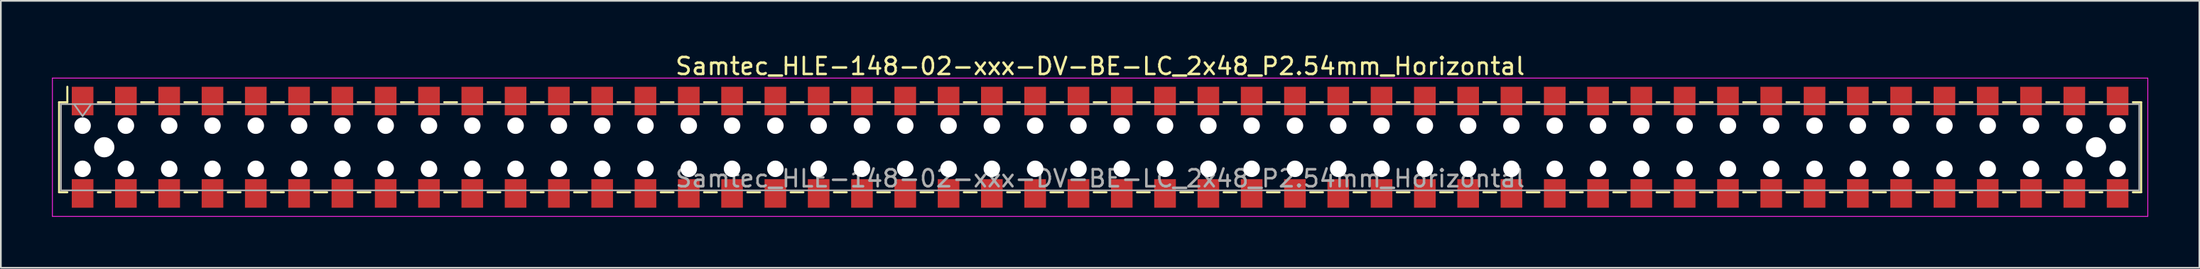
<source format=kicad_pcb>
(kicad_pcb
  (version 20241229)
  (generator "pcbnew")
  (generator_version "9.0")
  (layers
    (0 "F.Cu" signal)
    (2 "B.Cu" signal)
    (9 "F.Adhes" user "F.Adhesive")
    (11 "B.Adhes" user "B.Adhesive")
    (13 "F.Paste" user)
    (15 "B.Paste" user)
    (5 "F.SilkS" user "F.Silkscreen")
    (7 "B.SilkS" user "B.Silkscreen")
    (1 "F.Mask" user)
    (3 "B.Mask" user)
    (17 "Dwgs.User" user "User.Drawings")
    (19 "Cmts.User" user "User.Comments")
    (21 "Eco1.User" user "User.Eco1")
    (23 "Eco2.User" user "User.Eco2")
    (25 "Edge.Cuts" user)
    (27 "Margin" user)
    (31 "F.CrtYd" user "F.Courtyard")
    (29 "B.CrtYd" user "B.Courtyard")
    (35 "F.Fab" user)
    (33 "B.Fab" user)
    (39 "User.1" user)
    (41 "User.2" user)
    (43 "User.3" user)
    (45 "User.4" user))
  (footprint "Samtec_HLE-148-02-xxx-DV-BE-LC_2x48_P2.54mm_Horizontal"
    (layer "F.Cu")
    (at 61.485 5.618)
    (property "Reference" "Samtec_HLE-148-02-xxx-DV-BE-LC_2x48_P2.54mm_Horizontal" (at 0 -4.77 0) (layer "F.SilkS") (effects (font (size 1 1) (thickness 0.15))))
    (attr smd)
    (fp_line (start -61.07 -2.65) (end -61.07 2.65) (stroke (width 0.12) (type solid)) (layer "F.SilkS"))
    (fp_line (start -61.07 2.65) (end -60.585 2.65) (stroke (width 0.12) (type solid)) (layer "F.SilkS"))
    (fp_line (start -60.585 -3.56) (end -60.585 -2.65) (stroke (width 0.12) (type solid)) (layer "F.SilkS"))
    (fp_line (start -60.585 -2.65) (end -61.07 -2.65) (stroke (width 0.12) (type solid)) (layer "F.SilkS"))
    (fp_line (start -58.795 -2.65) (end -58.045 -2.65) (stroke (width 0.12) (type solid)) (layer "F.SilkS"))
    (fp_line (start -58.795 2.65) (end -58.045 2.65) (stroke (width 0.12) (type solid)) (layer "F.SilkS"))
    (fp_line (start -56.255 -2.65) (end -55.505 -2.65) (stroke (width 0.12) (type solid)) (layer "F.SilkS"))
    (fp_line (start -56.255 2.65) (end -55.505 2.65) (stroke (width 0.12) (type solid)) (layer "F.SilkS"))
    (fp_line (start -53.715 -2.65) (end -52.965 -2.65) (stroke (width 0.12) (type solid)) (layer "F.SilkS"))
    (fp_line (start -53.715 2.65) (end -52.965 2.65) (stroke (width 0.12) (type solid)) (layer "F.SilkS"))
    (fp_line (start -51.175 -2.65) (end -50.425 -2.65) (stroke (width 0.12) (type solid)) (layer "F.SilkS"))
    (fp_line (start -51.175 2.65) (end -50.425 2.65) (stroke (width 0.12) (type solid)) (layer "F.SilkS"))
    (fp_line (start -48.635 -2.65) (end -47.885 -2.65) (stroke (width 0.12) (type solid)) (layer "F.SilkS"))
    (fp_line (start -48.635 2.65) (end -47.885 2.65) (stroke (width 0.12) (type solid)) (layer "F.SilkS"))
    (fp_line (start -46.095 -2.65) (end -45.345 -2.65) (stroke (width 0.12) (type solid)) (layer "F.SilkS"))
    (fp_line (start -46.095 2.65) (end -45.345 2.65) (stroke (width 0.12) (type solid)) (layer "F.SilkS"))
    (fp_line (start -43.555 -2.65) (end -42.805 -2.65) (stroke (width 0.12) (type solid)) (layer "F.SilkS"))
    (fp_line (start -43.555 2.65) (end -42.805 2.65) (stroke (width 0.12) (type solid)) (layer "F.SilkS"))
    (fp_line (start -41.015 -2.65) (end -40.265 -2.65) (stroke (width 0.12) (type solid)) (layer "F.SilkS"))
    (fp_line (start -41.015 2.65) (end -40.265 2.65) (stroke (width 0.12) (type solid)) (layer "F.SilkS"))
    (fp_line (start -38.475 -2.65) (end -37.725 -2.65) (stroke (width 0.12) (type solid)) (layer "F.SilkS"))
    (fp_line (start -38.475 2.65) (end -37.725 2.65) (stroke (width 0.12) (type solid)) (layer "F.SilkS"))
    (fp_line (start -35.935 -2.65) (end -35.185 -2.65) (stroke (width 0.12) (type solid)) (layer "F.SilkS"))
    (fp_line (start -35.935 2.65) (end -35.185 2.65) (stroke (width 0.12) (type solid)) (layer "F.SilkS"))
    (fp_line (start -33.395 -2.65) (end -32.645 -2.65) (stroke (width 0.12) (type solid)) (layer "F.SilkS"))
    (fp_line (start -33.395 2.65) (end -32.645 2.65) (stroke (width 0.12) (type solid)) (layer "F.SilkS"))
    (fp_line (start -30.855 -2.65) (end -30.105 -2.65) (stroke (width 0.12) (type solid)) (layer "F.SilkS"))
    (fp_line (start -30.855 2.65) (end -30.105 2.65) (stroke (width 0.12) (type solid)) (layer "F.SilkS"))
    (fp_line (start -28.315 -2.65) (end -27.565 -2.65) (stroke (width 0.12) (type solid)) (layer "F.SilkS"))
    (fp_line (start -28.315 2.65) (end -27.565 2.65) (stroke (width 0.12) (type solid)) (layer "F.SilkS"))
    (fp_line (start -25.775 -2.65) (end -25.025 -2.65) (stroke (width 0.12) (type solid)) (layer "F.SilkS"))
    (fp_line (start -25.775 2.65) (end -25.025 2.65) (stroke (width 0.12) (type solid)) (layer "F.SilkS"))
    (fp_line (start -23.235 -2.65) (end -22.485 -2.65) (stroke (width 0.12) (type solid)) (layer "F.SilkS"))
    (fp_line (start -23.235 2.65) (end -22.485 2.65) (stroke (width 0.12) (type solid)) (layer "F.SilkS"))
    (fp_line (start -20.695 -2.65) (end -19.945 -2.65) (stroke (width 0.12) (type solid)) (layer "F.SilkS"))
    (fp_line (start -20.695 2.65) (end -19.945 2.65) (stroke (width 0.12) (type solid)) (layer "F.SilkS"))
    (fp_line (start -18.155 -2.65) (end -17.405 -2.65) (stroke (width 0.12) (type solid)) (layer "F.SilkS"))
    (fp_line (start -18.155 2.65) (end -17.405 2.65) (stroke (width 0.12) (type solid)) (layer "F.SilkS"))
    (fp_line (start -15.615 -2.65) (end -14.865 -2.65) (stroke (width 0.12) (type solid)) (layer "F.SilkS"))
    (fp_line (start -15.615 2.65) (end -14.865 2.65) (stroke (width 0.12) (type solid)) (layer "F.SilkS"))
    (fp_line (start -13.075 -2.65) (end -12.325 -2.65) (stroke (width 0.12) (type solid)) (layer "F.SilkS"))
    (fp_line (start -13.075 2.65) (end -12.325 2.65) (stroke (width 0.12) (type solid)) (layer "F.SilkS"))
    (fp_line (start -10.535 -2.65) (end -9.785 -2.65) (stroke (width 0.12) (type solid)) (layer "F.SilkS"))
    (fp_line (start -10.535 2.65) (end -9.785 2.65) (stroke (width 0.12) (type solid)) (layer "F.SilkS"))
    (fp_line (start -7.995 -2.65) (end -7.245 -2.65) (stroke (width 0.12) (type solid)) (layer "F.SilkS"))
    (fp_line (start -7.995 2.65) (end -7.245 2.65) (stroke (width 0.12) (type solid)) (layer "F.SilkS"))
    (fp_line (start -5.455 -2.65) (end -4.705 -2.65) (stroke (width 0.12) (type solid)) (layer "F.SilkS"))
    (fp_line (start -5.455 2.65) (end -4.705 2.65) (stroke (width 0.12) (type solid)) (layer "F.SilkS"))
    (fp_line (start -2.915 -2.65) (end -2.165 -2.65) (stroke (width 0.12) (type solid)) (layer "F.SilkS"))
    (fp_line (start -2.915 2.65) (end -2.165 2.65) (stroke (width 0.12) (type solid)) (layer "F.SilkS"))
    (fp_line (start -0.375 -2.65) (end 0.375 -2.65) (stroke (width 0.12) (type solid)) (layer "F.SilkS"))
    (fp_line (start -0.375 2.65) (end 0.375 2.65) (stroke (width 0.12) (type solid)) (layer "F.SilkS"))
    (fp_line (start 2.165 -2.65) (end 2.915 -2.65) (stroke (width 0.12) (type solid)) (layer "F.SilkS"))
    (fp_line (start 2.165 2.65) (end 2.915 2.65) (stroke (width 0.12) (type solid)) (layer "F.SilkS"))
    (fp_line (start 4.705 -2.65) (end 5.455 -2.65) (stroke (width 0.12) (type solid)) (layer "F.SilkS"))
    (fp_line (start 4.705 2.65) (end 5.455 2.65) (stroke (width 0.12) (type solid)) (layer "F.SilkS"))
    (fp_line (start 7.245 -2.65) (end 7.995 -2.65) (stroke (width 0.12) (type solid)) (layer "F.SilkS"))
    (fp_line (start 7.245 2.65) (end 7.995 2.65) (stroke (width 0.12) (type solid)) (layer "F.SilkS"))
    (fp_line (start 9.785 -2.65) (end 10.535 -2.65) (stroke (width 0.12) (type solid)) (layer "F.SilkS"))
    (fp_line (start 9.785 2.65) (end 10.535 2.65) (stroke (width 0.12) (type solid)) (layer "F.SilkS"))
    (fp_line (start 12.325 -2.65) (end 13.075 -2.65) (stroke (width 0.12) (type solid)) (layer "F.SilkS"))
    (fp_line (start 12.325 2.65) (end 13.075 2.65) (stroke (width 0.12) (type solid)) (layer "F.SilkS"))
    (fp_line (start 14.865 -2.65) (end 15.615 -2.65) (stroke (width 0.12) (type solid)) (layer "F.SilkS"))
    (fp_line (start 14.865 2.65) (end 15.615 2.65) (stroke (width 0.12) (type solid)) (layer "F.SilkS"))
    (fp_line (start 17.405 -2.65) (end 18.155 -2.65) (stroke (width 0.12) (type solid)) (layer "F.SilkS"))
    (fp_line (start 17.405 2.65) (end 18.155 2.65) (stroke (width 0.12) (type solid)) (layer "F.SilkS"))
    (fp_line (start 19.945 -2.65) (end 20.695 -2.65) (stroke (width 0.12) (type solid)) (layer "F.SilkS"))
    (fp_line (start 19.945 2.65) (end 20.695 2.65) (stroke (width 0.12) (type solid)) (layer "F.SilkS"))
    (fp_line (start 22.485 -2.65) (end 23.235 -2.65) (stroke (width 0.12) (type solid)) (layer "F.SilkS"))
    (fp_line (start 22.485 2.65) (end 23.235 2.65) (stroke (width 0.12) (type solid)) (layer "F.SilkS"))
    (fp_line (start 25.025 -2.65) (end 25.775 -2.65) (stroke (width 0.12) (type solid)) (layer "F.SilkS"))
    (fp_line (start 25.025 2.65) (end 25.775 2.65) (stroke (width 0.12) (type solid)) (layer "F.SilkS"))
    (fp_line (start 27.565 -2.65) (end 28.315 -2.65) (stroke (width 0.12) (type solid)) (layer "F.SilkS"))
    (fp_line (start 27.565 2.65) (end 28.315 2.65) (stroke (width 0.12) (type solid)) (layer "F.SilkS"))
    (fp_line (start 30.105 -2.65) (end 30.855 -2.65) (stroke (width 0.12) (type solid)) (layer "F.SilkS"))
    (fp_line (start 30.105 2.65) (end 30.855 2.65) (stroke (width 0.12) (type solid)) (layer "F.SilkS"))
    (fp_line (start 32.645 -2.65) (end 33.395 -2.65) (stroke (width 0.12) (type solid)) (layer "F.SilkS"))
    (fp_line (start 32.645 2.65) (end 33.395 2.65) (stroke (width 0.12) (type solid)) (layer "F.SilkS"))
    (fp_line (start 35.185 -2.65) (end 35.935 -2.65) (stroke (width 0.12) (type solid)) (layer "F.SilkS"))
    (fp_line (start 35.185 2.65) (end 35.935 2.65) (stroke (width 0.12) (type solid)) (layer "F.SilkS"))
    (fp_line (start 37.725 -2.65) (end 38.475 -2.65) (stroke (width 0.12) (type solid)) (layer "F.SilkS"))
    (fp_line (start 37.725 2.65) (end 38.475 2.65) (stroke (width 0.12) (type solid)) (layer "F.SilkS"))
    (fp_line (start 40.265 -2.65) (end 41.015 -2.65) (stroke (width 0.12) (type solid)) (layer "F.SilkS"))
    (fp_line (start 40.265 2.65) (end 41.015 2.65) (stroke (width 0.12) (type solid)) (layer "F.SilkS"))
    (fp_line (start 42.805 -2.65) (end 43.555 -2.65) (stroke (width 0.12) (type solid)) (layer "F.SilkS"))
    (fp_line (start 42.805 2.65) (end 43.555 2.65) (stroke (width 0.12) (type solid)) (layer "F.SilkS"))
    (fp_line (start 45.345 -2.65) (end 46.095 -2.65) (stroke (width 0.12) (type solid)) (layer "F.SilkS"))
    (fp_line (start 45.345 2.65) (end 46.095 2.65) (stroke (width 0.12) (type solid)) (layer "F.SilkS"))
    (fp_line (start 47.885 -2.65) (end 48.635 -2.65) (stroke (width 0.12) (type solid)) (layer "F.SilkS"))
    (fp_line (start 47.885 2.65) (end 48.635 2.65) (stroke (width 0.12) (type solid)) (layer "F.SilkS"))
    (fp_line (start 50.425 -2.65) (end 51.175 -2.65) (stroke (width 0.12) (type solid)) (layer "F.SilkS"))
    (fp_line (start 50.425 2.65) (end 51.175 2.65) (stroke (width 0.12) (type solid)) (layer "F.SilkS"))
    (fp_line (start 52.965 -2.65) (end 53.715 -2.65) (stroke (width 0.12) (type solid)) (layer "F.SilkS"))
    (fp_line (start 52.965 2.65) (end 53.715 2.65) (stroke (width 0.12) (type solid)) (layer "F.SilkS"))
    (fp_line (start 55.505 -2.65) (end 56.255 -2.65) (stroke (width 0.12) (type solid)) (layer "F.SilkS"))
    (fp_line (start 55.505 2.65) (end 56.255 2.65) (stroke (width 0.12) (type solid)) (layer "F.SilkS"))
    (fp_line (start 58.045 -2.65) (end 58.795 -2.65) (stroke (width 0.12) (type solid)) (layer "F.SilkS"))
    (fp_line (start 58.045 2.65) (end 58.795 2.65) (stroke (width 0.12) (type solid)) (layer "F.SilkS"))
    (fp_line (start 60.585 -2.65) (end 61.07 -2.65) (stroke (width 0.12) (type solid)) (layer "F.SilkS"))
    (fp_line (start 61.07 -2.65) (end 61.07 2.65) (stroke (width 0.12) (type solid)) (layer "F.SilkS"))
    (fp_line (start 61.07 2.65) (end 60.585 2.65) (stroke (width 0.12) (type solid)) (layer "F.SilkS"))
    (fp_line (start -61.46 -4.07) (end 61.46 -4.07) (stroke (width 0.05) (type solid)) (layer "F.CrtYd"))
    (fp_line (start -61.46 4.07) (end -61.46 -4.07) (stroke (width 0.05) (type solid)) (layer "F.CrtYd"))
    (fp_line (start 61.46 -4.07) (end 61.46 4.07) (stroke (width 0.05) (type solid)) (layer "F.CrtYd"))
    (fp_line (start 61.46 4.07) (end -61.46 4.07) (stroke (width 0.05) (type solid)) (layer "F.CrtYd"))
    (fp_line (start -60.96 -2.54) (end 60.96 -2.54) (stroke (width 0.1) (type solid)) (layer "F.Fab"))
    (fp_line (start -60.96 2.54) (end -60.96 -2.54) (stroke (width 0.1) (type solid)) (layer "F.Fab"))
    (fp_line (start -60.19 -2.54) (end -59.69 -1.833) (stroke (width 0.1) (type solid)) (layer "F.Fab"))
    (fp_line (start -59.69 -1.833) (end -59.19 -2.54) (stroke (width 0.1) (type solid)) (layer "F.Fab"))
    (fp_line (start 60.96 -2.54) (end 60.96 2.54) (stroke (width 0.1) (type solid)) (layer "F.Fab"))
    (fp_line (start 60.96 2.54) (end -60.96 2.54) (stroke (width 0.1) (type solid)) (layer "F.Fab"))
    (fp_text user "${REFERENCE}" (at 0 1.84 0) (layer "F.Fab") (effects (font (size 1 1) (thickness 0.15))))
    (pad "" np_thru_hole circle (at -59.69 -1.27) (size 0.97 0.97) (drill 0.97) (layers "*.Cu" "*.Mask"))
    (pad "" np_thru_hole circle (at -59.69 1.27) (size 0.97 0.97) (drill 0.97) (layers "*.Cu" "*.Mask"))
    (pad "" np_thru_hole circle (at -58.42 0) (size 1.19 1.19) (drill 1.19) (layers "*.Cu" "*.Mask"))
    (pad "" np_thru_hole circle (at -57.15 -1.27) (size 0.97 0.97) (drill 0.97) (layers "*.Cu" "*.Mask"))
    (pad "" np_thru_hole circle (at -57.15 1.27) (size 0.97 0.97) (drill 0.97) (layers "*.Cu" "*.Mask"))
    (pad "" np_thru_hole circle (at -54.61 -1.27) (size 0.97 0.97) (drill 0.97) (layers "*.Cu" "*.Mask"))
    (pad "" np_thru_hole circle (at -54.61 1.27) (size 0.97 0.97) (drill 0.97) (layers "*.Cu" "*.Mask"))
    (pad "" np_thru_hole circle (at -52.07 -1.27) (size 0.97 0.97) (drill 0.97) (layers "*.Cu" "*.Mask"))
    (pad "" np_thru_hole circle (at -52.07 1.27) (size 0.97 0.97) (drill 0.97) (layers "*.Cu" "*.Mask"))
    (pad "" np_thru_hole circle (at -49.53 -1.27) (size 0.97 0.97) (drill 0.97) (layers "*.Cu" "*.Mask"))
    (pad "" np_thru_hole circle (at -49.53 1.27) (size 0.97 0.97) (drill 0.97) (layers "*.Cu" "*.Mask"))
    (pad "" np_thru_hole circle (at -46.99 -1.27) (size 0.97 0.97) (drill 0.97) (layers "*.Cu" "*.Mask"))
    (pad "" np_thru_hole circle (at -46.99 1.27) (size 0.97 0.97) (drill 0.97) (layers "*.Cu" "*.Mask"))
    (pad "" np_thru_hole circle (at -44.45 -1.27) (size 0.97 0.97) (drill 0.97) (layers "*.Cu" "*.Mask"))
    (pad "" np_thru_hole circle (at -44.45 1.27) (size 0.97 0.97) (drill 0.97) (layers "*.Cu" "*.Mask"))
    (pad "" np_thru_hole circle (at -41.91 -1.27) (size 0.97 0.97) (drill 0.97) (layers "*.Cu" "*.Mask"))
    (pad "" np_thru_hole circle (at -41.91 1.27) (size 0.97 0.97) (drill 0.97) (layers "*.Cu" "*.Mask"))
    (pad "" np_thru_hole circle (at -39.37 -1.27) (size 0.97 0.97) (drill 0.97) (layers "*.Cu" "*.Mask"))
    (pad "" np_thru_hole circle (at -39.37 1.27) (size 0.97 0.97) (drill 0.97) (layers "*.Cu" "*.Mask"))
    (pad "" np_thru_hole circle (at -36.83 -1.27) (size 0.97 0.97) (drill 0.97) (layers "*.Cu" "*.Mask"))
    (pad "" np_thru_hole circle (at -36.83 1.27) (size 0.97 0.97) (drill 0.97) (layers "*.Cu" "*.Mask"))
    (pad "" np_thru_hole circle (at -34.29 -1.27) (size 0.97 0.97) (drill 0.97) (layers "*.Cu" "*.Mask"))
    (pad "" np_thru_hole circle (at -34.29 1.27) (size 0.97 0.97) (drill 0.97) (layers "*.Cu" "*.Mask"))
    (pad "" np_thru_hole circle (at -31.75 -1.27) (size 0.97 0.97) (drill 0.97) (layers "*.Cu" "*.Mask"))
    (pad "" np_thru_hole circle (at -31.75 1.27) (size 0.97 0.97) (drill 0.97) (layers "*.Cu" "*.Mask"))
    (pad "" np_thru_hole circle (at -29.21 -1.27) (size 0.97 0.97) (drill 0.97) (layers "*.Cu" "*.Mask"))
    (pad "" np_thru_hole circle (at -29.21 1.27) (size 0.97 0.97) (drill 0.97) (layers "*.Cu" "*.Mask"))
    (pad "" np_thru_hole circle (at -26.67 -1.27) (size 0.97 0.97) (drill 0.97) (layers "*.Cu" "*.Mask"))
    (pad "" np_thru_hole circle (at -26.67 1.27) (size 0.97 0.97) (drill 0.97) (layers "*.Cu" "*.Mask"))
    (pad "" np_thru_hole circle (at -24.13 -1.27) (size 0.97 0.97) (drill 0.97) (layers "*.Cu" "*.Mask"))
    (pad "" np_thru_hole circle (at -24.13 1.27) (size 0.97 0.97) (drill 0.97) (layers "*.Cu" "*.Mask"))
    (pad "" np_thru_hole circle (at -21.59 -1.27) (size 0.97 0.97) (drill 0.97) (layers "*.Cu" "*.Mask"))
    (pad "" np_thru_hole circle (at -21.59 1.27) (size 0.97 0.97) (drill 0.97) (layers "*.Cu" "*.Mask"))
    (pad "" np_thru_hole circle (at -19.05 -1.27) (size 0.97 0.97) (drill 0.97) (layers "*.Cu" "*.Mask"))
    (pad "" np_thru_hole circle (at -19.05 1.27) (size 0.97 0.97) (drill 0.97) (layers "*.Cu" "*.Mask"))
    (pad "" np_thru_hole circle (at -16.51 -1.27) (size 0.97 0.97) (drill 0.97) (layers "*.Cu" "*.Mask"))
    (pad "" np_thru_hole circle (at -16.51 1.27) (size 0.97 0.97) (drill 0.97) (layers "*.Cu" "*.Mask"))
    (pad "" np_thru_hole circle (at -13.97 -1.27) (size 0.97 0.97) (drill 0.97) (layers "*.Cu" "*.Mask"))
    (pad "" np_thru_hole circle (at -13.97 1.27) (size 0.97 0.97) (drill 0.97) (layers "*.Cu" "*.Mask"))
    (pad "" np_thru_hole circle (at -11.43 -1.27) (size 0.97 0.97) (drill 0.97) (layers "*.Cu" "*.Mask"))
    (pad "" np_thru_hole circle (at -11.43 1.27) (size 0.97 0.97) (drill 0.97) (layers "*.Cu" "*.Mask"))
    (pad "" np_thru_hole circle (at -8.89 -1.27) (size 0.97 0.97) (drill 0.97) (layers "*.Cu" "*.Mask"))
    (pad "" np_thru_hole circle (at -8.89 1.27) (size 0.97 0.97) (drill 0.97) (layers "*.Cu" "*.Mask"))
    (pad "" np_thru_hole circle (at -6.35 -1.27) (size 0.97 0.97) (drill 0.97) (layers "*.Cu" "*.Mask"))
    (pad "" np_thru_hole circle (at -6.35 1.27) (size 0.97 0.97) (drill 0.97) (layers "*.Cu" "*.Mask"))
    (pad "" np_thru_hole circle (at -3.81 -1.27) (size 0.97 0.97) (drill 0.97) (layers "*.Cu" "*.Mask"))
    (pad "" np_thru_hole circle (at -3.81 1.27) (size 0.97 0.97) (drill 0.97) (layers "*.Cu" "*.Mask"))
    (pad "" np_thru_hole circle (at -1.27 -1.27) (size 0.97 0.97) (drill 0.97) (layers "*.Cu" "*.Mask"))
    (pad "" np_thru_hole circle (at -1.27 1.27) (size 0.97 0.97) (drill 0.97) (layers "*.Cu" "*.Mask"))
    (pad "" np_thru_hole circle (at 1.27 -1.27) (size 0.97 0.97) (drill 0.97) (layers "*.Cu" "*.Mask"))
    (pad "" np_thru_hole circle (at 1.27 1.27) (size 0.97 0.97) (drill 0.97) (layers "*.Cu" "*.Mask"))
    (pad "" np_thru_hole circle (at 3.81 -1.27) (size 0.97 0.97) (drill 0.97) (layers "*.Cu" "*.Mask"))
    (pad "" np_thru_hole circle (at 3.81 1.27) (size 0.97 0.97) (drill 0.97) (layers "*.Cu" "*.Mask"))
    (pad "" np_thru_hole circle (at 6.35 -1.27) (size 0.97 0.97) (drill 0.97) (layers "*.Cu" "*.Mask"))
    (pad "" np_thru_hole circle (at 6.35 1.27) (size 0.97 0.97) (drill 0.97) (layers "*.Cu" "*.Mask"))
    (pad "" np_thru_hole circle (at 8.89 -1.27) (size 0.97 0.97) (drill 0.97) (layers "*.Cu" "*.Mask"))
    (pad "" np_thru_hole circle (at 8.89 1.27) (size 0.97 0.97) (drill 0.97) (layers "*.Cu" "*.Mask"))
    (pad "" np_thru_hole circle (at 11.43 -1.27) (size 0.97 0.97) (drill 0.97) (layers "*.Cu" "*.Mask"))
    (pad "" np_thru_hole circle (at 11.43 1.27) (size 0.97 0.97) (drill 0.97) (layers "*.Cu" "*.Mask"))
    (pad "" np_thru_hole circle (at 13.97 -1.27) (size 0.97 0.97) (drill 0.97) (layers "*.Cu" "*.Mask"))
    (pad "" np_thru_hole circle (at 13.97 1.27) (size 0.97 0.97) (drill 0.97) (layers "*.Cu" "*.Mask"))
    (pad "" np_thru_hole circle (at 16.51 -1.27) (size 0.97 0.97) (drill 0.97) (layers "*.Cu" "*.Mask"))
    (pad "" np_thru_hole circle (at 16.51 1.27) (size 0.97 0.97) (drill 0.97) (layers "*.Cu" "*.Mask"))
    (pad "" np_thru_hole circle (at 19.05 -1.27) (size 0.97 0.97) (drill 0.97) (layers "*.Cu" "*.Mask"))
    (pad "" np_thru_hole circle (at 19.05 1.27) (size 0.97 0.97) (drill 0.97) (layers "*.Cu" "*.Mask"))
    (pad "" np_thru_hole circle (at 21.59 -1.27) (size 0.97 0.97) (drill 0.97) (layers "*.Cu" "*.Mask"))
    (pad "" np_thru_hole circle (at 21.59 1.27) (size 0.97 0.97) (drill 0.97) (layers "*.Cu" "*.Mask"))
    (pad "" np_thru_hole circle (at 24.13 -1.27) (size 0.97 0.97) (drill 0.97) (layers "*.Cu" "*.Mask"))
    (pad "" np_thru_hole circle (at 24.13 1.27) (size 0.97 0.97) (drill 0.97) (layers "*.Cu" "*.Mask"))
    (pad "" np_thru_hole circle (at 26.67 -1.27) (size 0.97 0.97) (drill 0.97) (layers "*.Cu" "*.Mask"))
    (pad "" np_thru_hole circle (at 26.67 1.27) (size 0.97 0.97) (drill 0.97) (layers "*.Cu" "*.Mask"))
    (pad "" np_thru_hole circle (at 29.21 -1.27) (size 0.97 0.97) (drill 0.97) (layers "*.Cu" "*.Mask"))
    (pad "" np_thru_hole circle (at 29.21 1.27) (size 0.97 0.97) (drill 0.97) (layers "*.Cu" "*.Mask"))
    (pad "" np_thru_hole circle (at 31.75 -1.27) (size 0.97 0.97) (drill 0.97) (layers "*.Cu" "*.Mask"))
    (pad "" np_thru_hole circle (at 31.75 1.27) (size 0.97 0.97) (drill 0.97) (layers "*.Cu" "*.Mask"))
    (pad "" np_thru_hole circle (at 34.29 -1.27) (size 0.97 0.97) (drill 0.97) (layers "*.Cu" "*.Mask"))
    (pad "" np_thru_hole circle (at 34.29 1.27) (size 0.97 0.97) (drill 0.97) (layers "*.Cu" "*.Mask"))
    (pad "" np_thru_hole circle (at 36.83 -1.27) (size 0.97 0.97) (drill 0.97) (layers "*.Cu" "*.Mask"))
    (pad "" np_thru_hole circle (at 36.83 1.27) (size 0.97 0.97) (drill 0.97) (layers "*.Cu" "*.Mask"))
    (pad "" np_thru_hole circle (at 39.37 -1.27) (size 0.97 0.97) (drill 0.97) (layers "*.Cu" "*.Mask"))
    (pad "" np_thru_hole circle (at 39.37 1.27) (size 0.97 0.97) (drill 0.97) (layers "*.Cu" "*.Mask"))
    (pad "" np_thru_hole circle (at 41.91 -1.27) (size 0.97 0.97) (drill 0.97) (layers "*.Cu" "*.Mask"))
    (pad "" np_thru_hole circle (at 41.91 1.27) (size 0.97 0.97) (drill 0.97) (layers "*.Cu" "*.Mask"))
    (pad "" np_thru_hole circle (at 44.45 -1.27) (size 0.97 0.97) (drill 0.97) (layers "*.Cu" "*.Mask"))
    (pad "" np_thru_hole circle (at 44.45 1.27) (size 0.97 0.97) (drill 0.97) (layers "*.Cu" "*.Mask"))
    (pad "" np_thru_hole circle (at 46.99 -1.27) (size 0.97 0.97) (drill 0.97) (layers "*.Cu" "*.Mask"))
    (pad "" np_thru_hole circle (at 46.99 1.27) (size 0.97 0.97) (drill 0.97) (layers "*.Cu" "*.Mask"))
    (pad "" np_thru_hole circle (at 49.53 -1.27) (size 0.97 0.97) (drill 0.97) (layers "*.Cu" "*.Mask"))
    (pad "" np_thru_hole circle (at 49.53 1.27) (size 0.97 0.97) (drill 0.97) (layers "*.Cu" "*.Mask"))
    (pad "" np_thru_hole circle (at 52.07 -1.27) (size 0.97 0.97) (drill 0.97) (layers "*.Cu" "*.Mask"))
    (pad "" np_thru_hole circle (at 52.07 1.27) (size 0.97 0.97) (drill 0.97) (layers "*.Cu" "*.Mask"))
    (pad "" np_thru_hole circle (at 54.61 -1.27) (size 0.97 0.97) (drill 0.97) (layers "*.Cu" "*.Mask"))
    (pad "" np_thru_hole circle (at 54.61 1.27) (size 0.97 0.97) (drill 0.97) (layers "*.Cu" "*.Mask"))
    (pad "" np_thru_hole circle (at 57.15 -1.27) (size 0.97 0.97) (drill 0.97) (layers "*.Cu" "*.Mask"))
    (pad "" np_thru_hole circle (at 57.15 1.27) (size 0.97 0.97) (drill 0.97) (layers "*.Cu" "*.Mask"))
    (pad "" np_thru_hole circle (at 58.42 0) (size 1.19 1.19) (drill 1.19) (layers "*.Cu" "*.Mask"))
    (pad "" np_thru_hole circle (at 59.69 -1.27) (size 0.97 0.97) (drill 0.97) (layers "*.Cu" "*.Mask"))
    (pad "" np_thru_hole circle (at 59.69 1.27) (size 0.97 0.97) (drill 0.97) (layers "*.Cu" "*.Mask"))
    (pad "1" smd rect (at -59.69 -2.72) (size 1.27 1.68) (layers "F.Cu" "F.Mask" "F.Paste"))
    (pad "2" smd rect (at -59.69 2.72) (size 1.27 1.68) (layers "F.Cu" "F.Mask" "F.Paste"))
    (pad "3" smd rect (at -57.15 -2.72) (size 1.27 1.68) (layers "F.Cu" "F.Mask" "F.Paste"))
    (pad "4" smd rect (at -57.15 2.72) (size 1.27 1.68) (layers "F.Cu" "F.Mask" "F.Paste"))
    (pad "5" smd rect (at -54.61 -2.72) (size 1.27 1.68) (layers "F.Cu" "F.Mask" "F.Paste"))
    (pad "6" smd rect (at -54.61 2.72) (size 1.27 1.68) (layers "F.Cu" "F.Mask" "F.Paste"))
    (pad "7" smd rect (at -52.07 -2.72) (size 1.27 1.68) (layers "F.Cu" "F.Mask" "F.Paste"))
    (pad "8" smd rect (at -52.07 2.72) (size 1.27 1.68) (layers "F.Cu" "F.Mask" "F.Paste"))
    (pad "9" smd rect (at -49.53 -2.72) (size 1.27 1.68) (layers "F.Cu" "F.Mask" "F.Paste"))
    (pad "10" smd rect (at -49.53 2.72) (size 1.27 1.68) (layers "F.Cu" "F.Mask" "F.Paste"))
    (pad "11" smd rect (at -46.99 -2.72) (size 1.27 1.68) (layers "F.Cu" "F.Mask" "F.Paste"))
    (pad "12" smd rect (at -46.99 2.72) (size 1.27 1.68) (layers "F.Cu" "F.Mask" "F.Paste"))
    (pad "13" smd rect (at -44.45 -2.72) (size 1.27 1.68) (layers "F.Cu" "F.Mask" "F.Paste"))
    (pad "14" smd rect (at -44.45 2.72) (size 1.27 1.68) (layers "F.Cu" "F.Mask" "F.Paste"))
    (pad "15" smd rect (at -41.91 -2.72) (size 1.27 1.68) (layers "F.Cu" "F.Mask" "F.Paste"))
    (pad "16" smd rect (at -41.91 2.72) (size 1.27 1.68) (layers "F.Cu" "F.Mask" "F.Paste"))
    (pad "17" smd rect (at -39.37 -2.72) (size 1.27 1.68) (layers "F.Cu" "F.Mask" "F.Paste"))
    (pad "18" smd rect (at -39.37 2.72) (size 1.27 1.68) (layers "F.Cu" "F.Mask" "F.Paste"))
    (pad "19" smd rect (at -36.83 -2.72) (size 1.27 1.68) (layers "F.Cu" "F.Mask" "F.Paste"))
    (pad "20" smd rect (at -36.83 2.72) (size 1.27 1.68) (layers "F.Cu" "F.Mask" "F.Paste"))
    (pad "21" smd rect (at -34.29 -2.72) (size 1.27 1.68) (layers "F.Cu" "F.Mask" "F.Paste"))
    (pad "22" smd rect (at -34.29 2.72) (size 1.27 1.68) (layers "F.Cu" "F.Mask" "F.Paste"))
    (pad "23" smd rect (at -31.75 -2.72) (size 1.27 1.68) (layers "F.Cu" "F.Mask" "F.Paste"))
    (pad "24" smd rect (at -31.75 2.72) (size 1.27 1.68) (layers "F.Cu" "F.Mask" "F.Paste"))
    (pad "25" smd rect (at -29.21 -2.72) (size 1.27 1.68) (layers "F.Cu" "F.Mask" "F.Paste"))
    (pad "26" smd rect (at -29.21 2.72) (size 1.27 1.68) (layers "F.Cu" "F.Mask" "F.Paste"))
    (pad "27" smd rect (at -26.67 -2.72) (size 1.27 1.68) (layers "F.Cu" "F.Mask" "F.Paste"))
    (pad "28" smd rect (at -26.67 2.72) (size 1.27 1.68) (layers "F.Cu" "F.Mask" "F.Paste"))
    (pad "29" smd rect (at -24.13 -2.72) (size 1.27 1.68) (layers "F.Cu" "F.Mask" "F.Paste"))
    (pad "30" smd rect (at -24.13 2.72) (size 1.27 1.68) (layers "F.Cu" "F.Mask" "F.Paste"))
    (pad "31" smd rect (at -21.59 -2.72) (size 1.27 1.68) (layers "F.Cu" "F.Mask" "F.Paste"))
    (pad "32" smd rect (at -21.59 2.72) (size 1.27 1.68) (layers "F.Cu" "F.Mask" "F.Paste"))
    (pad "33" smd rect (at -19.05 -2.72) (size 1.27 1.68) (layers "F.Cu" "F.Mask" "F.Paste"))
    (pad "34" smd rect (at -19.05 2.72) (size 1.27 1.68) (layers "F.Cu" "F.Mask" "F.Paste"))
    (pad "35" smd rect (at -16.51 -2.72) (size 1.27 1.68) (layers "F.Cu" "F.Mask" "F.Paste"))
    (pad "36" smd rect (at -16.51 2.72) (size 1.27 1.68) (layers "F.Cu" "F.Mask" "F.Paste"))
    (pad "37" smd rect (at -13.97 -2.72) (size 1.27 1.68) (layers "F.Cu" "F.Mask" "F.Paste"))
    (pad "38" smd rect (at -13.97 2.72) (size 1.27 1.68) (layers "F.Cu" "F.Mask" "F.Paste"))
    (pad "39" smd rect (at -11.43 -2.72) (size 1.27 1.68) (layers "F.Cu" "F.Mask" "F.Paste"))
    (pad "40" smd rect (at -11.43 2.72) (size 1.27 1.68) (layers "F.Cu" "F.Mask" "F.Paste"))
    (pad "41" smd rect (at -8.89 -2.72) (size 1.27 1.68) (layers "F.Cu" "F.Mask" "F.Paste"))
    (pad "42" smd rect (at -8.89 2.72) (size 1.27 1.68) (layers "F.Cu" "F.Mask" "F.Paste"))
    (pad "43" smd rect (at -6.35 -2.72) (size 1.27 1.68) (layers "F.Cu" "F.Mask" "F.Paste"))
    (pad "44" smd rect (at -6.35 2.72) (size 1.27 1.68) (layers "F.Cu" "F.Mask" "F.Paste"))
    (pad "45" smd rect (at -3.81 -2.72) (size 1.27 1.68) (layers "F.Cu" "F.Mask" "F.Paste"))
    (pad "46" smd rect (at -3.81 2.72) (size 1.27 1.68) (layers "F.Cu" "F.Mask" "F.Paste"))
    (pad "47" smd rect (at -1.27 -2.72) (size 1.27 1.68) (layers "F.Cu" "F.Mask" "F.Paste"))
    (pad "48" smd rect (at -1.27 2.72) (size 1.27 1.68) (layers "F.Cu" "F.Mask" "F.Paste"))
    (pad "49" smd rect (at 1.27 -2.72) (size 1.27 1.68) (layers "F.Cu" "F.Mask" "F.Paste"))
    (pad "50" smd rect (at 1.27 2.72) (size 1.27 1.68) (layers "F.Cu" "F.Mask" "F.Paste"))
    (pad "51" smd rect (at 3.81 -2.72) (size 1.27 1.68) (layers "F.Cu" "F.Mask" "F.Paste"))
    (pad "52" smd rect (at 3.81 2.72) (size 1.27 1.68) (layers "F.Cu" "F.Mask" "F.Paste"))
    (pad "53" smd rect (at 6.35 -2.72) (size 1.27 1.68) (layers "F.Cu" "F.Mask" "F.Paste"))
    (pad "54" smd rect (at 6.35 2.72) (size 1.27 1.68) (layers "F.Cu" "F.Mask" "F.Paste"))
    (pad "55" smd rect (at 8.89 -2.72) (size 1.27 1.68) (layers "F.Cu" "F.Mask" "F.Paste"))
    (pad "56" smd rect (at 8.89 2.72) (size 1.27 1.68) (layers "F.Cu" "F.Mask" "F.Paste"))
    (pad "57" smd rect (at 11.43 -2.72) (size 1.27 1.68) (layers "F.Cu" "F.Mask" "F.Paste"))
    (pad "58" smd rect (at 11.43 2.72) (size 1.27 1.68) (layers "F.Cu" "F.Mask" "F.Paste"))
    (pad "59" smd rect (at 13.97 -2.72) (size 1.27 1.68) (layers "F.Cu" "F.Mask" "F.Paste"))
    (pad "60" smd rect (at 13.97 2.72) (size 1.27 1.68) (layers "F.Cu" "F.Mask" "F.Paste"))
    (pad "61" smd rect (at 16.51 -2.72) (size 1.27 1.68) (layers "F.Cu" "F.Mask" "F.Paste"))
    (pad "62" smd rect (at 16.51 2.72) (size 1.27 1.68) (layers "F.Cu" "F.Mask" "F.Paste"))
    (pad "63" smd rect (at 19.05 -2.72) (size 1.27 1.68) (layers "F.Cu" "F.Mask" "F.Paste"))
    (pad "64" smd rect (at 19.05 2.72) (size 1.27 1.68) (layers "F.Cu" "F.Mask" "F.Paste"))
    (pad "65" smd rect (at 21.59 -2.72) (size 1.27 1.68) (layers "F.Cu" "F.Mask" "F.Paste"))
    (pad "66" smd rect (at 21.59 2.72) (size 1.27 1.68) (layers "F.Cu" "F.Mask" "F.Paste"))
    (pad "67" smd rect (at 24.13 -2.72) (size 1.27 1.68) (layers "F.Cu" "F.Mask" "F.Paste"))
    (pad "68" smd rect (at 24.13 2.72) (size 1.27 1.68) (layers "F.Cu" "F.Mask" "F.Paste"))
    (pad "69" smd rect (at 26.67 -2.72) (size 1.27 1.68) (layers "F.Cu" "F.Mask" "F.Paste"))
    (pad "70" smd rect (at 26.67 2.72) (size 1.27 1.68) (layers "F.Cu" "F.Mask" "F.Paste"))
    (pad "71" smd rect (at 29.21 -2.72) (size 1.27 1.68) (layers "F.Cu" "F.Mask" "F.Paste"))
    (pad "72" smd rect (at 29.21 2.72) (size 1.27 1.68) (layers "F.Cu" "F.Mask" "F.Paste"))
    (pad "73" smd rect (at 31.75 -2.72) (size 1.27 1.68) (layers "F.Cu" "F.Mask" "F.Paste"))
    (pad "74" smd rect (at 31.75 2.72) (size 1.27 1.68) (layers "F.Cu" "F.Mask" "F.Paste"))
    (pad "75" smd rect (at 34.29 -2.72) (size 1.27 1.68) (layers "F.Cu" "F.Mask" "F.Paste"))
    (pad "76" smd rect (at 34.29 2.72) (size 1.27 1.68) (layers "F.Cu" "F.Mask" "F.Paste"))
    (pad "77" smd rect (at 36.83 -2.72) (size 1.27 1.68) (layers "F.Cu" "F.Mask" "F.Paste"))
    (pad "78" smd rect (at 36.83 2.72) (size 1.27 1.68) (layers "F.Cu" "F.Mask" "F.Paste"))
    (pad "79" smd rect (at 39.37 -2.72) (size 1.27 1.68) (layers "F.Cu" "F.Mask" "F.Paste"))
    (pad "80" smd rect (at 39.37 2.72) (size 1.27 1.68) (layers "F.Cu" "F.Mask" "F.Paste"))
    (pad "81" smd rect (at 41.91 -2.72) (size 1.27 1.68) (layers "F.Cu" "F.Mask" "F.Paste"))
    (pad "82" smd rect (at 41.91 2.72) (size 1.27 1.68) (layers "F.Cu" "F.Mask" "F.Paste"))
    (pad "83" smd rect (at 44.45 -2.72) (size 1.27 1.68) (layers "F.Cu" "F.Mask" "F.Paste"))
    (pad "84" smd rect (at 44.45 2.72) (size 1.27 1.68) (layers "F.Cu" "F.Mask" "F.Paste"))
    (pad "85" smd rect (at 46.99 -2.72) (size 1.27 1.68) (layers "F.Cu" "F.Mask" "F.Paste"))
    (pad "86" smd rect (at 46.99 2.72) (size 1.27 1.68) (layers "F.Cu" "F.Mask" "F.Paste"))
    (pad "87" smd rect (at 49.53 -2.72) (size 1.27 1.68) (layers "F.Cu" "F.Mask" "F.Paste"))
    (pad "88" smd rect (at 49.53 2.72) (size 1.27 1.68) (layers "F.Cu" "F.Mask" "F.Paste"))
    (pad "89" smd rect (at 52.07 -2.72) (size 1.27 1.68) (layers "F.Cu" "F.Mask" "F.Paste"))
    (pad "90" smd rect (at 52.07 2.72) (size 1.27 1.68) (layers "F.Cu" "F.Mask" "F.Paste"))
    (pad "91" smd rect (at 54.61 -2.72) (size 1.27 1.68) (layers "F.Cu" "F.Mask" "F.Paste"))
    (pad "92" smd rect (at 54.61 2.72) (size 1.27 1.68) (layers "F.Cu" "F.Mask" "F.Paste"))
    (pad "93" smd rect (at 57.15 -2.72) (size 1.27 1.68) (layers "F.Cu" "F.Mask" "F.Paste"))
    (pad "94" smd rect (at 57.15 2.72) (size 1.27 1.68) (layers "F.Cu" "F.Mask" "F.Paste"))
    (pad "95" smd rect (at 59.69 -2.72) (size 1.27 1.68) (layers "F.Cu" "F.Mask" "F.Paste"))
    (pad "96" smd rect (at 59.69 2.72) (size 1.27 1.68) (layers "F.Cu" "F.Mask" "F.Paste")))
  (gr_rect
    (start -3 -3)
    (end 125.97 12.713)
    (stroke (width 0.1) (type default))
    (fill no)
    (layer "Edge.Cuts")))
</source>
